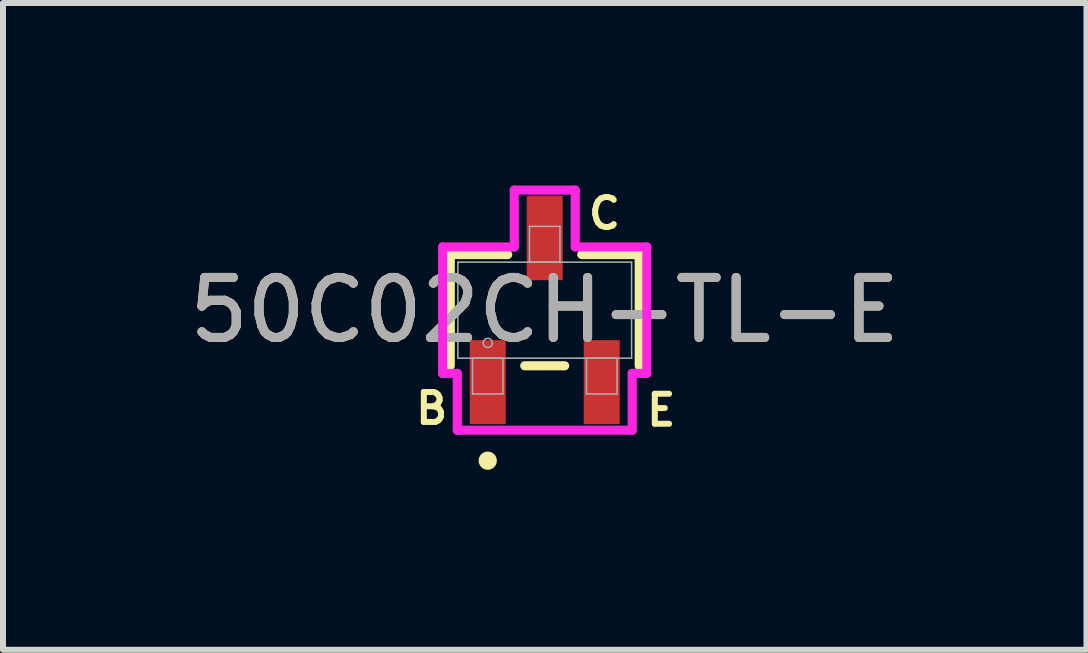
<source format=kicad_pcb>
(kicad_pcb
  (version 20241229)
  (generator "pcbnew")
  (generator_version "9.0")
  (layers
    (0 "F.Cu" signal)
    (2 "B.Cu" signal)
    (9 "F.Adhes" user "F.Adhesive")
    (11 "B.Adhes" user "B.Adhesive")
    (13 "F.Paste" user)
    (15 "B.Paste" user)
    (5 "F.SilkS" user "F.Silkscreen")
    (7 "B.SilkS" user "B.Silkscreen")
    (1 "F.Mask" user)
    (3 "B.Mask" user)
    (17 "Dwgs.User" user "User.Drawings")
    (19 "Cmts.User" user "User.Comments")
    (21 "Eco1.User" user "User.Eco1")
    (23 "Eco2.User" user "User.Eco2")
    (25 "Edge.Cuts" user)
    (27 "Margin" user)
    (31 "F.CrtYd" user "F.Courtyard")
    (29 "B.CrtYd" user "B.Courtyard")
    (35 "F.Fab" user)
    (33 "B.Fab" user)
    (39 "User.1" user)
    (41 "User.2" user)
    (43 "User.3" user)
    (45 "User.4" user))
  (footprint "50C02CH-TL-E"
    (layer "F.Cu")
    (at 6.03 2.12)
    (property "Reference" "50C02CH-TL-E" (at 0 0 0) (unlocked yes) (layer "F.SilkS") (effects (font (size 1 1) (thickness 0.15))))
    (attr smd)
    (fp_line (start -1.575 -0.927) (end -1.575 0.927) (stroke (width 0.152) (type solid)) (layer "F.SilkS"))
    (fp_line (start -0.617 -0.927) (end -1.575 -0.927) (stroke (width 0.152) (type solid)) (layer "F.SilkS"))
    (fp_line (start -0.333 0.927) (end 0.333 0.927) (stroke (width 0.152) (type solid)) (layer "F.SilkS"))
    (fp_line (start 1.575 -0.927) (end 0.617 -0.927) (stroke (width 0.152) (type solid)) (layer "F.SilkS"))
    (fp_line (start 1.575 0.927) (end 1.575 -0.927) (stroke (width 0.152) (type solid)) (layer "F.SilkS"))
    (fp_circle (center -0.95 2.509) (end -0.874 2.509) (stroke (width 0.152) (type solid)) (fill no) (layer "F.SilkS"))
    (fp_line (start -1.702 -1.054) (end -0.508 -1.054) (stroke (width 0.152) (type solid)) (layer "F.CrtYd"))
    (fp_line (start -1.702 1.054) (end -1.702 -1.054) (stroke (width 0.152) (type solid)) (layer "F.CrtYd"))
    (fp_line (start -1.702 1.054) (end -1.458 1.054) (stroke (width 0.152) (type solid)) (layer "F.CrtYd"))
    (fp_line (start -1.458 1.054) (end -1.458 2.001) (stroke (width 0.152) (type solid)) (layer "F.CrtYd"))
    (fp_line (start -1.458 2.001) (end 1.458 2.001) (stroke (width 0.152) (type solid)) (layer "F.CrtYd"))
    (fp_line (start -0.508 -2.001) (end 0.508 -2.001) (stroke (width 0.152) (type solid)) (layer "F.CrtYd"))
    (fp_line (start -0.508 -1.054) (end -0.508 -2.001) (stroke (width 0.152) (type solid)) (layer "F.CrtYd"))
    (fp_line (start 0.508 -1.054) (end 0.508 -2.001) (stroke (width 0.152) (type solid)) (layer "F.CrtYd"))
    (fp_line (start 1.458 1.054) (end 1.458 2.001) (stroke (width 0.152) (type solid)) (layer "F.CrtYd"))
    (fp_line (start 1.702 -1.054) (end 0.508 -1.054) (stroke (width 0.152) (type solid)) (layer "F.CrtYd"))
    (fp_line (start 1.702 -1.054) (end 1.702 1.054) (stroke (width 0.152) (type solid)) (layer "F.CrtYd"))
    (fp_line (start 1.702 1.054) (end 1.458 1.054) (stroke (width 0.152) (type solid)) (layer "F.CrtYd"))
    (fp_line (start -1.448 -0.8) (end -1.448 0.8) (stroke (width 0.025) (type solid)) (layer "F.Fab"))
    (fp_line (start -1.448 0.8) (end 1.448 0.8) (stroke (width 0.025) (type solid)) (layer "F.Fab"))
    (fp_line (start -1.204 0.8) (end -1.204 1.397) (stroke (width 0.025) (type solid)) (layer "F.Fab"))
    (fp_line (start -1.204 1.397) (end -0.696 1.397) (stroke (width 0.025) (type solid)) (layer "F.Fab"))
    (fp_line (start -0.696 0.8) (end -1.204 0.8) (stroke (width 0.025) (type solid)) (layer "F.Fab"))
    (fp_line (start -0.696 1.397) (end -0.696 0.8) (stroke (width 0.025) (type solid)) (layer "F.Fab"))
    (fp_line (start -0.254 -1.397) (end -0.254 -0.8) (stroke (width 0.025) (type solid)) (layer "F.Fab"))
    (fp_line (start -0.254 -0.8) (end 0.254 -0.8) (stroke (width 0.025) (type solid)) (layer "F.Fab"))
    (fp_line (start 0.254 -1.397) (end -0.254 -1.397) (stroke (width 0.025) (type solid)) (layer "F.Fab"))
    (fp_line (start 0.254 -0.8) (end 0.254 -1.397) (stroke (width 0.025) (type solid)) (layer "F.Fab"))
    (fp_line (start 0.696 0.8) (end 0.696 1.397) (stroke (width 0.025) (type solid)) (layer "F.Fab"))
    (fp_line (start 0.696 1.397) (end 1.204 1.397) (stroke (width 0.025) (type solid)) (layer "F.Fab"))
    (fp_line (start 1.204 0.8) (end 0.696 0.8) (stroke (width 0.025) (type solid)) (layer "F.Fab"))
    (fp_line (start 1.204 1.397) (end 1.204 0.8) (stroke (width 0.025) (type solid)) (layer "F.Fab"))
    (fp_line (start 1.448 -0.8) (end -1.448 -0.8) (stroke (width 0.025) (type solid)) (layer "F.Fab"))
    (fp_line (start 1.448 0.8) (end 1.448 -0.8) (stroke (width 0.025) (type solid)) (layer "F.Fab"))
    (fp_circle (center -0.95 0.546) (end -0.874 0.546) (stroke (width 0.025) (type solid)) (fill no) (layer "F.Fab"))
    (fp_text user "B" (at -2.2 1.93 0) (unlocked yes) (layer "F.SilkS") (effects (font (size 0.5 0.5) (thickness 0.1)) (justify left bottom)))
    (fp_text user "E" (at 1.65 1.96 0) (unlocked yes) (layer "F.SilkS") (effects (font (size 0.5 0.5) (thickness 0.1)) (justify left bottom)))
    (fp_text user "C" (at 0.68 -1.32 0) (unlocked yes) (layer "F.SilkS") (effects (font (size 0.5 0.5) (thickness 0.1)) (justify left bottom)))
    (fp_text user "${REFERENCE}" (at 0 0 0) (unlocked yes) (layer "F.Fab") (effects (font (size 1 1) (thickness 0.15))))
    (pad "1" smd rect (at -0.95 1.2) (size 0.6 1.4) (layers "F.Cu" "F.Mask" "F.Paste"))
    (pad "2" smd rect (at 0.95 1.2) (size 0.6 1.4) (layers "F.Cu" "F.Mask" "F.Paste"))
    (pad "3" smd rect (at 0 -1.2) (size 0.6 1.4) (layers "F.Cu" "F.Mask" "F.Paste")))
  (gr_rect
    (start -3 -3)
    (end 15.06 7.781)
    (stroke (width 0.1) (type default))
    (fill no)
    (layer "Edge.Cuts")))
</source>
